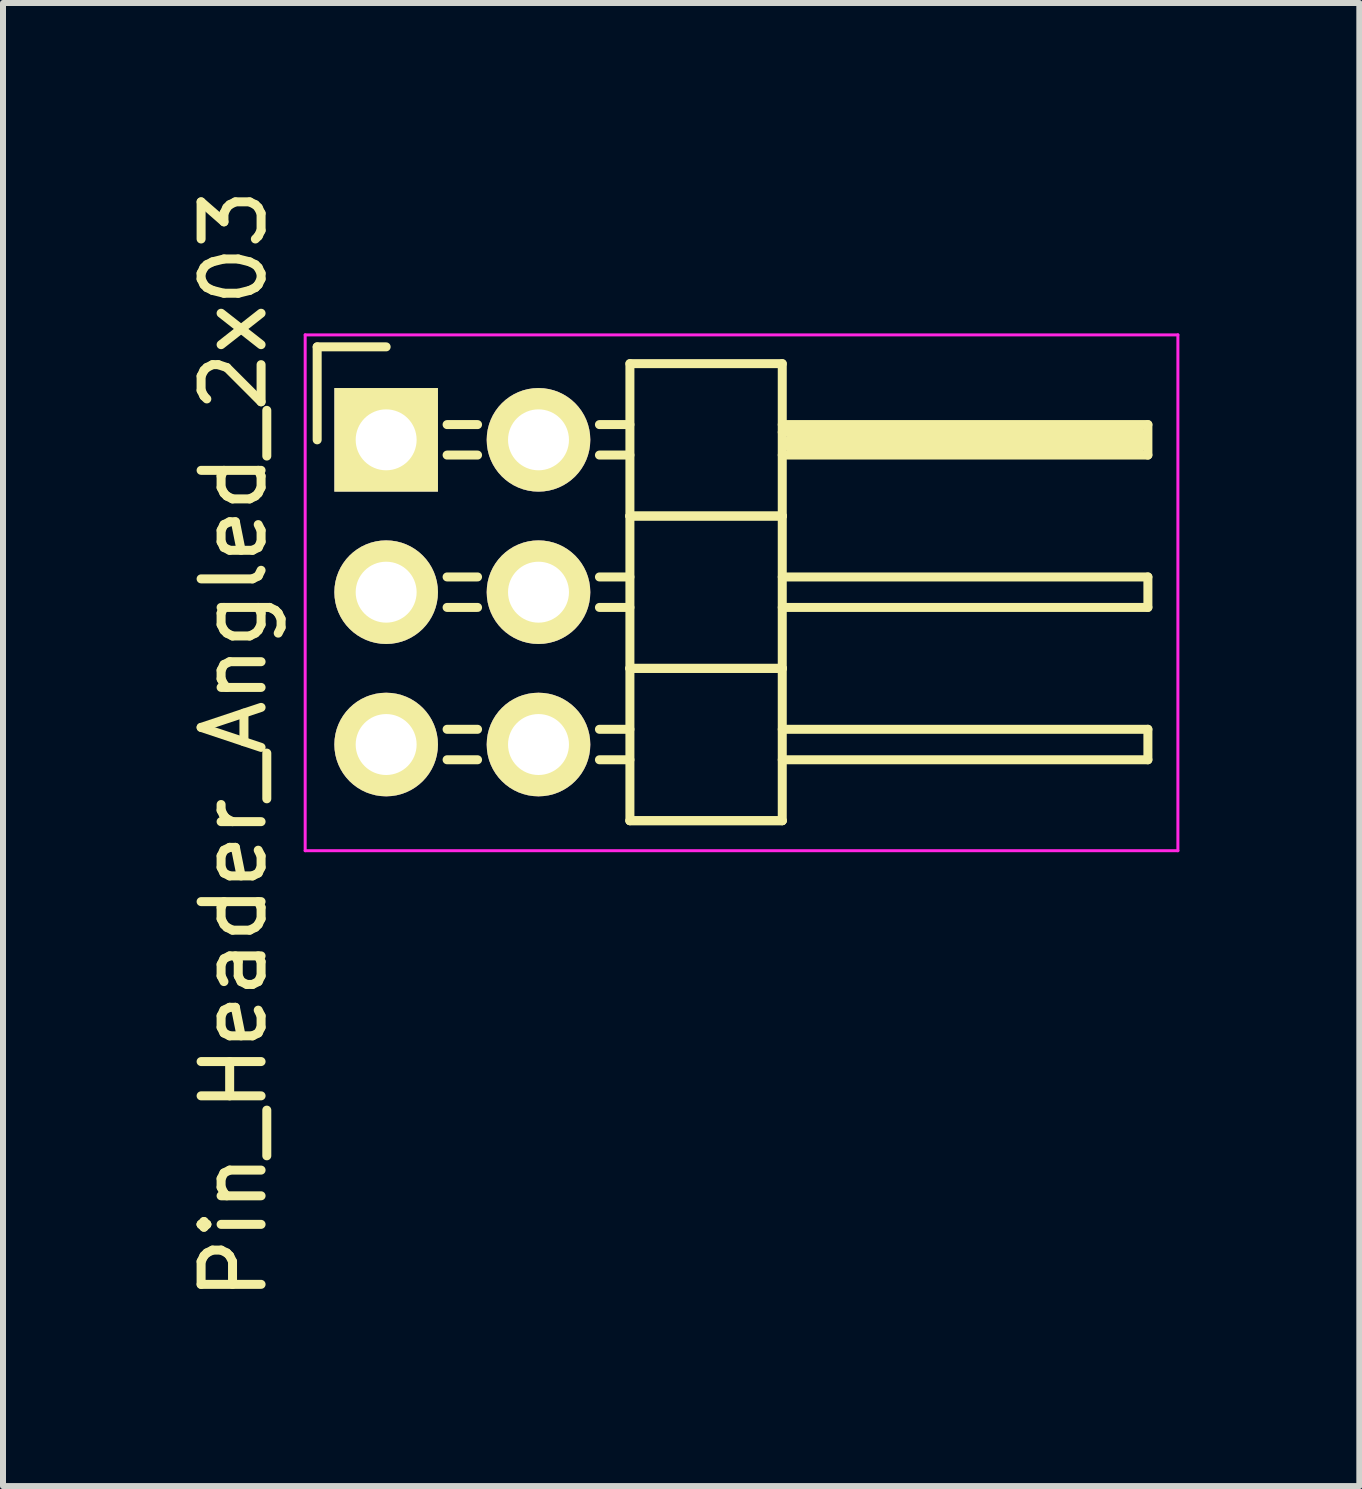
<source format=kicad_pcb>
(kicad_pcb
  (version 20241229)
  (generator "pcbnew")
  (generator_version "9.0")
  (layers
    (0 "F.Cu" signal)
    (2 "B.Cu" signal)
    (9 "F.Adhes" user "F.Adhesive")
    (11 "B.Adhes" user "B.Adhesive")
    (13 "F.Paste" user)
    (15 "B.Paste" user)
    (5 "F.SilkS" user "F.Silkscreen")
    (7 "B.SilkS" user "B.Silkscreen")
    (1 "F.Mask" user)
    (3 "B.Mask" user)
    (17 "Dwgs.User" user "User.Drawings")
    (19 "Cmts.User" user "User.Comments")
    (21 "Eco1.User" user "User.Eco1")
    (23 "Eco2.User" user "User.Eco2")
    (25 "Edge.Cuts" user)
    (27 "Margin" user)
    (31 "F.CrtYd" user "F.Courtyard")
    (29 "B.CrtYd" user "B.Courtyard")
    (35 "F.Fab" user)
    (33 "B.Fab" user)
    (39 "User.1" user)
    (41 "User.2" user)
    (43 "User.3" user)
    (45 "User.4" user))
  (footprint "Pin_Header_Angled_2x03"
    (layer "F.Cu")
    (at 3.388 4.283)
    (property "Reference" "Pin_Header_Angled_2x03" (at -2.54 5.08 90) (layer "F.SilkS") (effects (font (size 1 1) (thickness 0.15))))
    (attr through_hole)
    (fp_line (start -1.15 -1.55) (end -1.15 0) (stroke (width 0.15) (type solid)) (layer "F.SilkS"))
    (fp_line (start 0 -1.55) (end -1.15 -1.55) (stroke (width 0.15) (type solid)) (layer "F.SilkS"))
    (fp_line (start 1.524 -0.254) (end 1.016 -0.254) (stroke (width 0.15) (type solid)) (layer "F.SilkS"))
    (fp_line (start 1.524 0.254) (end 1.016 0.254) (stroke (width 0.15) (type solid)) (layer "F.SilkS"))
    (fp_line (start 1.524 2.286) (end 1.016 2.286) (stroke (width 0.15) (type solid)) (layer "F.SilkS"))
    (fp_line (start 1.524 2.794) (end 1.016 2.794) (stroke (width 0.15) (type solid)) (layer "F.SilkS"))
    (fp_line (start 1.524 4.826) (end 1.016 4.826) (stroke (width 0.15) (type solid)) (layer "F.SilkS"))
    (fp_line (start 1.524 5.334) (end 1.016 5.334) (stroke (width 0.15) (type solid)) (layer "F.SilkS"))
    (fp_line (start 4.064 -1.27) (end 4.064 1.27) (stroke (width 0.15) (type solid)) (layer "F.SilkS"))
    (fp_line (start 4.064 -1.27) (end 6.604 -1.27) (stroke (width 0.15) (type solid)) (layer "F.SilkS"))
    (fp_line (start 4.064 -0.254) (end 3.556 -0.254) (stroke (width 0.15) (type solid)) (layer "F.SilkS"))
    (fp_line (start 4.064 0.254) (end 3.556 0.254) (stroke (width 0.15) (type solid)) (layer "F.SilkS"))
    (fp_line (start 4.064 1.27) (end 4.064 3.81) (stroke (width 0.15) (type solid)) (layer "F.SilkS"))
    (fp_line (start 4.064 1.27) (end 6.604 1.27) (stroke (width 0.15) (type solid)) (layer "F.SilkS"))
    (fp_line (start 4.064 1.27) (end 6.604 1.27) (stroke (width 0.15) (type solid)) (layer "F.SilkS"))
    (fp_line (start 4.064 2.286) (end 3.556 2.286) (stroke (width 0.15) (type solid)) (layer "F.SilkS"))
    (fp_line (start 4.064 2.794) (end 3.556 2.794) (stroke (width 0.15) (type solid)) (layer "F.SilkS"))
    (fp_line (start 4.064 3.81) (end 4.064 6.35) (stroke (width 0.15) (type solid)) (layer "F.SilkS"))
    (fp_line (start 4.064 3.81) (end 6.604 3.81) (stroke (width 0.15) (type solid)) (layer "F.SilkS"))
    (fp_line (start 4.064 3.81) (end 6.604 3.81) (stroke (width 0.15) (type solid)) (layer "F.SilkS"))
    (fp_line (start 4.064 4.826) (end 3.556 4.826) (stroke (width 0.15) (type solid)) (layer "F.SilkS"))
    (fp_line (start 4.064 5.334) (end 3.556 5.334) (stroke (width 0.15) (type solid)) (layer "F.SilkS"))
    (fp_line (start 4.064 6.35) (end 6.604 6.35) (stroke (width 0.15) (type solid)) (layer "F.SilkS"))
    (fp_line (start 4.064 6.35) (end 6.604 6.35) (stroke (width 0.15) (type solid)) (layer "F.SilkS"))
    (fp_line (start 6.604 -0.254) (end 12.7 -0.254) (stroke (width 0.15) (type solid)) (layer "F.SilkS"))
    (fp_line (start 6.604 -0.127) (end 12.573 -0.127) (stroke (width 0.15) (type solid)) (layer "F.SilkS"))
    (fp_line (start 6.604 1.27) (end 6.604 -1.27) (stroke (width 0.15) (type solid)) (layer "F.SilkS"))
    (fp_line (start 6.604 2.286) (end 12.7 2.286) (stroke (width 0.15) (type solid)) (layer "F.SilkS"))
    (fp_line (start 6.604 3.81) (end 6.604 1.27) (stroke (width 0.15) (type solid)) (layer "F.SilkS"))
    (fp_line (start 6.604 4.826) (end 12.7 4.826) (stroke (width 0.15) (type solid)) (layer "F.SilkS"))
    (fp_line (start 6.604 6.35) (end 6.604 3.81) (stroke (width 0.15) (type solid)) (layer "F.SilkS"))
    (fp_line (start 6.731 0) (end 12.573 0) (stroke (width 0.15) (type solid)) (layer "F.SilkS"))
    (fp_line (start 6.731 0.127) (end 6.731 0) (stroke (width 0.15) (type solid)) (layer "F.SilkS"))
    (fp_line (start 12.573 -0.127) (end 12.573 0.127) (stroke (width 0.15) (type solid)) (layer "F.SilkS"))
    (fp_line (start 12.573 0.127) (end 6.731 0.127) (stroke (width 0.15) (type solid)) (layer "F.SilkS"))
    (fp_line (start 12.7 -0.254) (end 12.7 0.254) (stroke (width 0.15) (type solid)) (layer "F.SilkS"))
    (fp_line (start 12.7 0.254) (end 6.604 0.254) (stroke (width 0.15) (type solid)) (layer "F.SilkS"))
    (fp_line (start 12.7 2.286) (end 12.7 2.794) (stroke (width 0.15) (type solid)) (layer "F.SilkS"))
    (fp_line (start 12.7 2.794) (end 6.604 2.794) (stroke (width 0.15) (type solid)) (layer "F.SilkS"))
    (fp_line (start 12.7 4.826) (end 12.7 5.334) (stroke (width 0.15) (type solid)) (layer "F.SilkS"))
    (fp_line (start 12.7 5.334) (end 6.604 5.334) (stroke (width 0.15) (type solid)) (layer "F.SilkS"))
    (fp_line (start -1.35 -1.75) (end -1.35 6.85) (stroke (width 0.05) (type solid)) (layer "F.CrtYd"))
    (fp_line (start -1.35 -1.75) (end 13.2 -1.75) (stroke (width 0.05) (type solid)) (layer "F.CrtYd"))
    (fp_line (start -1.35 6.85) (end 13.2 6.85) (stroke (width 0.05) (type solid)) (layer "F.CrtYd"))
    (fp_line (start 13.2 -1.75) (end 13.2 6.85) (stroke (width 0.05) (type solid)) (layer "F.CrtYd"))
    (pad "1" thru_hole rect (at 0 0) (size 1.727 1.727) (drill 1.016) (layers "*.Cu" "*.Mask" "F.SilkS"))
    (pad "2" thru_hole oval (at 2.54 0) (size 1.727 1.727) (drill 1.016) (layers "*.Cu" "*.Mask" "F.SilkS"))
    (pad "3" thru_hole oval (at 0 2.54) (size 1.727 1.727) (drill 1.016) (layers "*.Cu" "*.Mask" "F.SilkS"))
    (pad "4" thru_hole oval (at 2.54 2.54) (size 1.727 1.727) (drill 1.016) (layers "*.Cu" "*.Mask" "F.SilkS"))
    (pad "5" thru_hole oval (at 0 5.08) (size 1.727 1.727) (drill 1.016) (layers "*.Cu" "*.Mask" "F.SilkS"))
    (pad "6" thru_hole oval (at 2.54 5.08) (size 1.727 1.727) (drill 1.016) (layers "*.Cu" "*.Mask" "F.SilkS")))
  (gr_rect
    (start -3 -3)
    (end 19.613 21.726)
    (stroke (width 0.1) (type default))
    (fill no)
    (layer "Edge.Cuts")))
</source>
